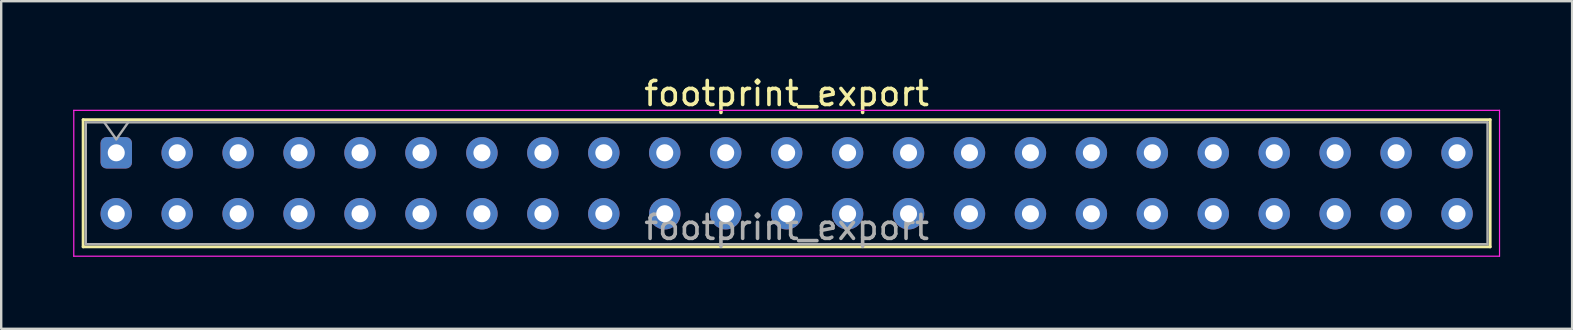
<source format=kicad_pcb>
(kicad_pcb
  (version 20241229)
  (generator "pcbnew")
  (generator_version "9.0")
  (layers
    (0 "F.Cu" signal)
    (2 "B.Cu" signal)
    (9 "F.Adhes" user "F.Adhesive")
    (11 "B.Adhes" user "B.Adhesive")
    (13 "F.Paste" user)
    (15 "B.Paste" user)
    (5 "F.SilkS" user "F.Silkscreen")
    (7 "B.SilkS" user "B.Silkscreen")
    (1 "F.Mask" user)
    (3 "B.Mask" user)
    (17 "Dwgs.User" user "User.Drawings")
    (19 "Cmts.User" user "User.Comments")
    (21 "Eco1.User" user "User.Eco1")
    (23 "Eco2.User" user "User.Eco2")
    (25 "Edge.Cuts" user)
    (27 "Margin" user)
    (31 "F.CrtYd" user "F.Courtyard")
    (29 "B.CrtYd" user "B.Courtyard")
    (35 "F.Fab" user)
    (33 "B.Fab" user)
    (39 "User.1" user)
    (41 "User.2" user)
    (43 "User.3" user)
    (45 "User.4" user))
  (footprint "footprint_export"
    (layer "F.Cu")
    (at 1.795 3.318)
    (property "Reference" "footprint_export" (at 27.94 -2.47 0) (layer "F.SilkS") (effects (font (size 1 1) (thickness 0.15))))
    (attr through_hole)
    (fp_line (start -1.38 -1.38) (end 57.26 -1.38) (stroke (width 0.12) (type solid)) (layer "F.SilkS"))
    (fp_line (start -1.38 3.92) (end -1.38 -1.38) (stroke (width 0.12) (type solid)) (layer "F.SilkS"))
    (fp_line (start 57.26 -1.38) (end 57.26 3.92) (stroke (width 0.12) (type solid)) (layer "F.SilkS"))
    (fp_line (start 57.26 3.92) (end -1.38 3.92) (stroke (width 0.12) (type solid)) (layer "F.SilkS"))
    (fp_line (start -1.77 -1.77) (end 57.65 -1.77) (stroke (width 0.05) (type solid)) (layer "F.CrtYd"))
    (fp_line (start -1.77 4.31) (end -1.77 -1.77) (stroke (width 0.05) (type solid)) (layer "F.CrtYd"))
    (fp_line (start 57.65 -1.77) (end 57.65 4.31) (stroke (width 0.05) (type solid)) (layer "F.CrtYd"))
    (fp_line (start 57.65 4.31) (end -1.77 4.31) (stroke (width 0.05) (type solid)) (layer "F.CrtYd"))
    (fp_line (start -1.27 -1.27) (end 57.15 -1.27) (stroke (width 0.1) (type solid)) (layer "F.Fab"))
    (fp_line (start -1.27 3.81) (end -1.27 -1.27) (stroke (width 0.1) (type solid)) (layer "F.Fab"))
    (fp_line (start -0.5 -1.27) (end 0 -0.563) (stroke (width 0.1) (type solid)) (layer "F.Fab"))
    (fp_line (start 0 -0.563) (end 0.5 -1.27) (stroke (width 0.1) (type solid)) (layer "F.Fab"))
    (fp_line (start 57.15 -1.27) (end 57.15 3.81) (stroke (width 0.1) (type solid)) (layer "F.Fab"))
    (fp_line (start 57.15 3.81) (end -1.27 3.81) (stroke (width 0.1) (type solid)) (layer "F.Fab"))
    (fp_text user "${REFERENCE}" (at 27.94 3.11 0) (layer "F.Fab") (effects (font (size 1 1) (thickness 0.15))))
    (pad "1" thru_hole roundrect (at 0 0) (size 1.31 1.31) (drill 0.71) (layers "*.Cu" "*.Mask") (roundrect_rratio 0.191))
    (pad "2" thru_hole circle (at 0 2.54) (size 1.31 1.31) (drill 0.71) (layers "*.Cu" "*.Mask"))
    (pad "3" thru_hole circle (at 2.54 0) (size 1.31 1.31) (drill 0.71) (layers "*.Cu" "*.Mask"))
    (pad "4" thru_hole circle (at 2.54 2.54) (size 1.31 1.31) (drill 0.71) (layers "*.Cu" "*.Mask"))
    (pad "5" thru_hole circle (at 5.08 0) (size 1.31 1.31) (drill 0.71) (layers "*.Cu" "*.Mask"))
    (pad "6" thru_hole circle (at 5.08 2.54) (size 1.31 1.31) (drill 0.71) (layers "*.Cu" "*.Mask"))
    (pad "7" thru_hole circle (at 7.62 0) (size 1.31 1.31) (drill 0.71) (layers "*.Cu" "*.Mask"))
    (pad "8" thru_hole circle (at 7.62 2.54) (size 1.31 1.31) (drill 0.71) (layers "*.Cu" "*.Mask"))
    (pad "9" thru_hole circle (at 10.16 0) (size 1.31 1.31) (drill 0.71) (layers "*.Cu" "*.Mask"))
    (pad "10" thru_hole circle (at 10.16 2.54) (size 1.31 1.31) (drill 0.71) (layers "*.Cu" "*.Mask"))
    (pad "11" thru_hole circle (at 12.7 0) (size 1.31 1.31) (drill 0.71) (layers "*.Cu" "*.Mask"))
    (pad "12" thru_hole circle (at 12.7 2.54) (size 1.31 1.31) (drill 0.71) (layers "*.Cu" "*.Mask"))
    (pad "13" thru_hole circle (at 15.24 0) (size 1.31 1.31) (drill 0.71) (layers "*.Cu" "*.Mask"))
    (pad "14" thru_hole circle (at 15.24 2.54) (size 1.31 1.31) (drill 0.71) (layers "*.Cu" "*.Mask"))
    (pad "15" thru_hole circle (at 17.78 0) (size 1.31 1.31) (drill 0.71) (layers "*.Cu" "*.Mask"))
    (pad "16" thru_hole circle (at 17.78 2.54) (size 1.31 1.31) (drill 0.71) (layers "*.Cu" "*.Mask"))
    (pad "17" thru_hole circle (at 20.32 0) (size 1.31 1.31) (drill 0.71) (layers "*.Cu" "*.Mask"))
    (pad "18" thru_hole circle (at 20.32 2.54) (size 1.31 1.31) (drill 0.71) (layers "*.Cu" "*.Mask"))
    (pad "19" thru_hole circle (at 22.86 0) (size 1.31 1.31) (drill 0.71) (layers "*.Cu" "*.Mask"))
    (pad "20" thru_hole circle (at 22.86 2.54) (size 1.31 1.31) (drill 0.71) (layers "*.Cu" "*.Mask"))
    (pad "21" thru_hole circle (at 25.4 0) (size 1.31 1.31) (drill 0.71) (layers "*.Cu" "*.Mask"))
    (pad "22" thru_hole circle (at 25.4 2.54) (size 1.31 1.31) (drill 0.71) (layers "*.Cu" "*.Mask"))
    (pad "23" thru_hole circle (at 27.94 0) (size 1.31 1.31) (drill 0.71) (layers "*.Cu" "*.Mask"))
    (pad "24" thru_hole circle (at 27.94 2.54) (size 1.31 1.31) (drill 0.71) (layers "*.Cu" "*.Mask"))
    (pad "25" thru_hole circle (at 30.48 0) (size 1.31 1.31) (drill 0.71) (layers "*.Cu" "*.Mask"))
    (pad "26" thru_hole circle (at 30.48 2.54) (size 1.31 1.31) (drill 0.71) (layers "*.Cu" "*.Mask"))
    (pad "27" thru_hole circle (at 33.02 0) (size 1.31 1.31) (drill 0.71) (layers "*.Cu" "*.Mask"))
    (pad "28" thru_hole circle (at 33.02 2.54) (size 1.31 1.31) (drill 0.71) (layers "*.Cu" "*.Mask"))
    (pad "29" thru_hole circle (at 35.56 0) (size 1.31 1.31) (drill 0.71) (layers "*.Cu" "*.Mask"))
    (pad "30" thru_hole circle (at 35.56 2.54) (size 1.31 1.31) (drill 0.71) (layers "*.Cu" "*.Mask"))
    (pad "31" thru_hole circle (at 38.1 0) (size 1.31 1.31) (drill 0.71) (layers "*.Cu" "*.Mask"))
    (pad "32" thru_hole circle (at 38.1 2.54) (size 1.31 1.31) (drill 0.71) (layers "*.Cu" "*.Mask"))
    (pad "33" thru_hole circle (at 40.64 0) (size 1.31 1.31) (drill 0.71) (layers "*.Cu" "*.Mask"))
    (pad "34" thru_hole circle (at 40.64 2.54) (size 1.31 1.31) (drill 0.71) (layers "*.Cu" "*.Mask"))
    (pad "35" thru_hole circle (at 43.18 0) (size 1.31 1.31) (drill 0.71) (layers "*.Cu" "*.Mask"))
    (pad "36" thru_hole circle (at 43.18 2.54) (size 1.31 1.31) (drill 0.71) (layers "*.Cu" "*.Mask"))
    (pad "37" thru_hole circle (at 45.72 0) (size 1.31 1.31) (drill 0.71) (layers "*.Cu" "*.Mask"))
    (pad "38" thru_hole circle (at 45.72 2.54) (size 1.31 1.31) (drill 0.71) (layers "*.Cu" "*.Mask"))
    (pad "39" thru_hole circle (at 48.26 0) (size 1.31 1.31) (drill 0.71) (layers "*.Cu" "*.Mask"))
    (pad "40" thru_hole circle (at 48.26 2.54) (size 1.31 1.31) (drill 0.71) (layers "*.Cu" "*.Mask"))
    (pad "41" thru_hole circle (at 50.8 0) (size 1.31 1.31) (drill 0.71) (layers "*.Cu" "*.Mask"))
    (pad "42" thru_hole circle (at 50.8 2.54) (size 1.31 1.31) (drill 0.71) (layers "*.Cu" "*.Mask"))
    (pad "43" thru_hole circle (at 53.34 0) (size 1.31 1.31) (drill 0.71) (layers "*.Cu" "*.Mask"))
    (pad "44" thru_hole circle (at 53.34 2.54) (size 1.31 1.31) (drill 0.71) (layers "*.Cu" "*.Mask"))
    (pad "45" thru_hole circle (at 55.88 0) (size 1.31 1.31) (drill 0.71) (layers "*.Cu" "*.Mask"))
    (pad "46" thru_hole circle (at 55.88 2.54) (size 1.31 1.31) (drill 0.71) (layers "*.Cu" "*.Mask")))
  (gr_rect
    (start -3 -3)
    (end 62.47 10.653)
    (stroke (width 0.1) (type default))
    (fill no)
    (layer "Edge.Cuts")))
</source>
